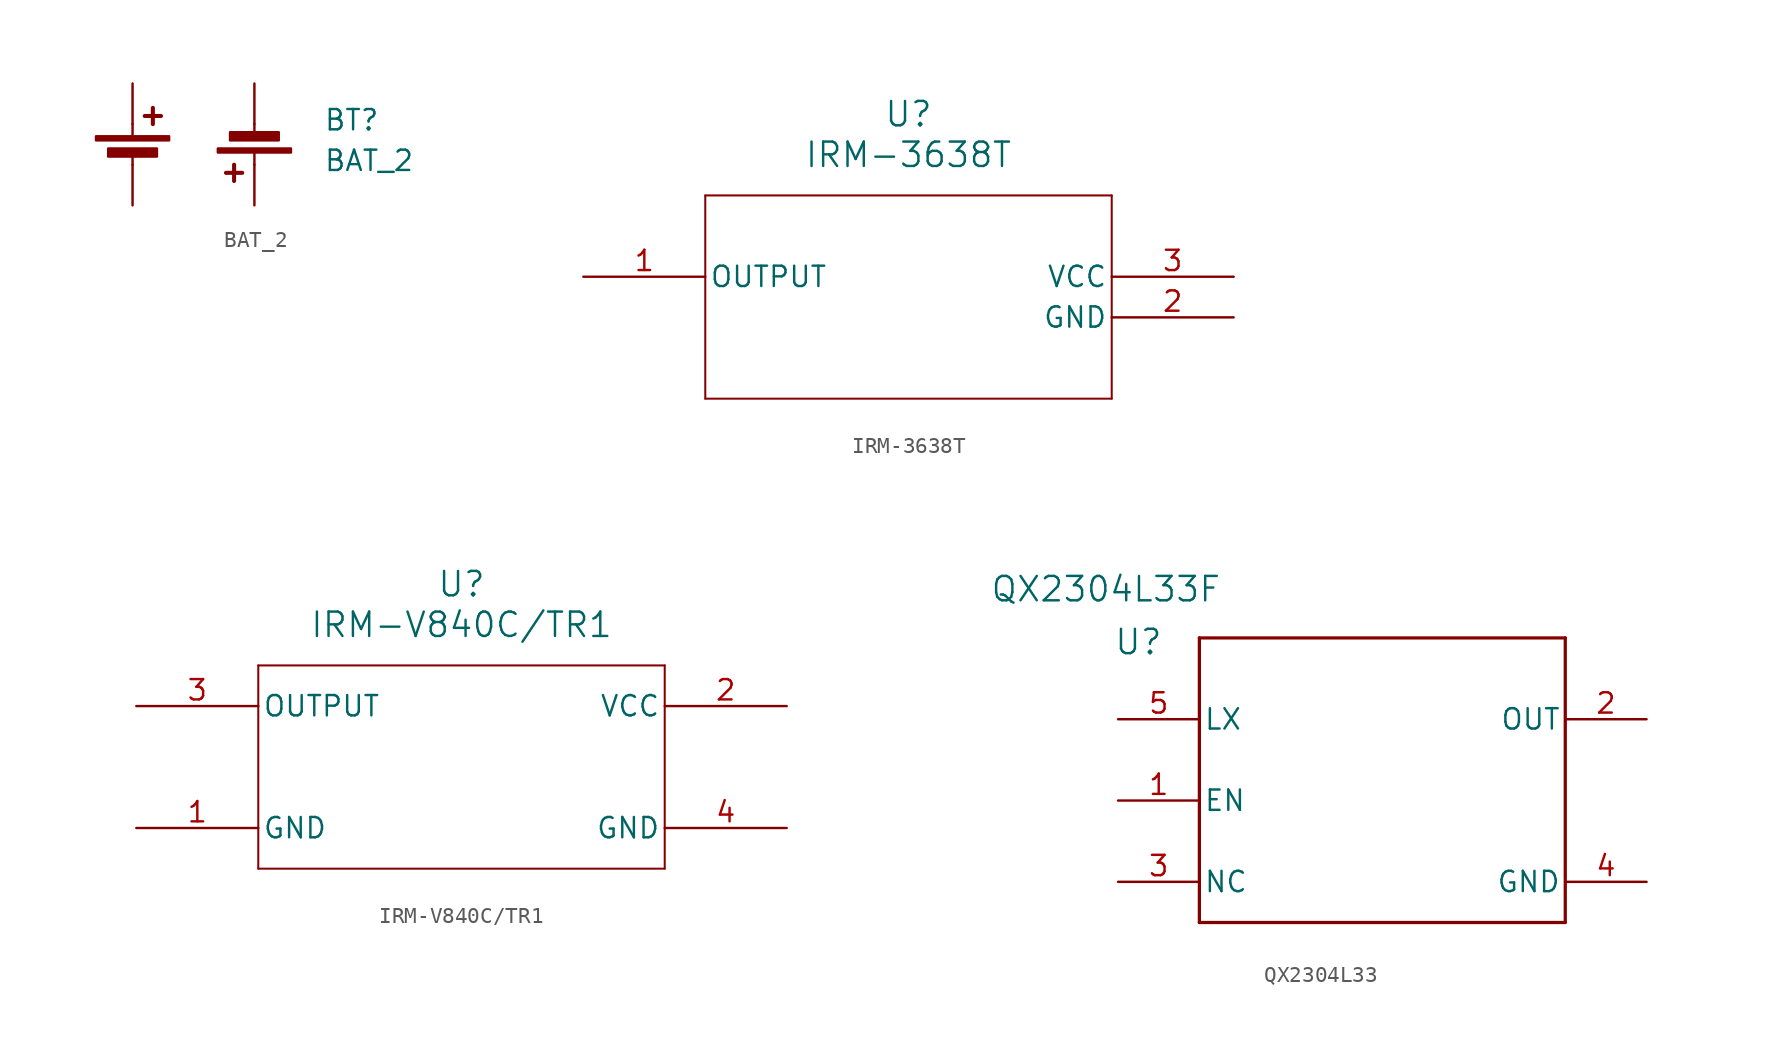
<source format=kicad_sym>
(kicad_symbol_lib
  (version 20231120)
  (generator "kicad_symbol_editor")
  (generator_version "8.0")
  (symbol "BAT_2"
    (pin_numbers hide)
    (pin_names
      (offset 0) hide)
    (property "Reference" "BT"
      (at 11.938 2.794 0)
      (effects (font (size 1.27 1.27)) (justify left)))
    (property "Value" "BAT_2"
      (at 11.938 0.254 0)
      (effects (font (size 1.27 1.27)) (justify left)))
    (symbol "BAT_2_0_1"
      (rectangle (start -2.286 1.778) (end 2.286 1.524) (stroke (width 0) (type default)) (fill (type outline)))
      (rectangle (start -1.524 1.016) (end 1.524 0.508) (stroke (width 0) (type default)) (fill (type outline)))
      (polyline (pts (xy 0 0.762) (xy 0 0)) (stroke (width 0) (type default)) (fill (type none)))
      (polyline (pts (xy 0 1.778) (xy 0 2.54)) (stroke (width 0) (type default)) (fill (type none)))
      (polyline (pts (xy 0.762 3.048) (xy 1.778 3.048)) (stroke (width 0.254) (type default)) (fill (type none)))
      (polyline (pts (xy 1.27 3.556) (xy 1.27 2.54)) (stroke (width 0.254) (type default)) (fill (type none)))
      (polyline (pts (xy 6.35 -1.016) (xy 6.35 0)) (stroke (width 0.254) (type default)) (fill (type none)))
      (polyline (pts (xy 6.858 -0.508) (xy 5.842 -0.508)) (stroke (width 0.254) (type default)) (fill (type none)))
      (polyline (pts (xy 7.62 0.762) (xy 7.62 0)) (stroke (width 0) (type default)) (fill (type none)))
      (polyline (pts (xy 7.62 1.778) (xy 7.62 2.54)) (stroke (width 0) (type default)) (fill (type none)))
      (rectangle (start 9.144 1.524) (end 6.096 2.032) (stroke (width 0) (type default)) (fill (type outline)))
      (rectangle (start 9.906 0.762) (end 5.334 1.016) (stroke (width 0) (type default)) (fill (type outline))))
    (symbol "BAT_2_1_1"
      (pin passive line (at 0 5.08 270) (length 2.54) (name "+" (effects (font (size 1.27 1.27)))) (number "1" (effects (font (size 1.27 1.27)))))
      (pin passive line (at 0 -2.54 90) (length 2.54) (name "-" (effects (font (size 1.27 1.27)))) (number "2" (effects (font (size 1.27 1.27)))))
      (pin passive line (at 7.62 -2.54 90) (length 2.54) (name "+" (effects (font (size 1.27 1.27)))) (number "3" (effects (font (size 1.27 1.27)))))
      (pin passive line (at 7.62 5.08 270) (length 2.54) (name "-" (effects (font (size 1.27 1.27)))) (number "4" (effects (font (size 1.27 1.27)))))))
  (symbol "IRM-3638T"
    (pin_names
      (offset 0.254))
    (property "Reference" "U"
      (at 20.32 10.16 0)
      (effects (font (size 1.524 1.524))))
    (property "Value" "IRM-3638T"
      (at 20.32 7.62 0)
      (effects (font (size 1.524 1.524))))
    (property "ki_locked" ""
      (at 0 0 0)
      (effects (font (size 1.27 1.27))))
    (symbol "IRM-3638T_0_1"
      (polyline (pts (xy 7.62 -7.62) (xy 33.02 -7.62)) (stroke (width 0.127) (type default)) (fill (type none)))
      (polyline (pts (xy 7.62 5.08) (xy 7.62 -7.62)) (stroke (width 0.127) (type default)) (fill (type none)))
      (polyline (pts (xy 33.02 -7.62) (xy 33.02 5.08)) (stroke (width 0.127) (type default)) (fill (type none)))
      (polyline (pts (xy 33.02 5.08) (xy 7.62 5.08)) (stroke (width 0.127) (type default)) (fill (type none)))
      (pin output line (at 0 0 0) (length 7.62) (name "OUTPUT" (effects (font (size 1.27 1.27)))) (number "1" (effects (font (size 1.27 1.27)))))
      (pin power_out line (at 40.64 -2.54 180) (length 7.62) (name "GND" (effects (font (size 1.27 1.27)))) (number "2" (effects (font (size 1.27 1.27)))))
      (pin power_in line (at 40.64 0 180) (length 7.62) (name "VCC" (effects (font (size 1.27 1.27)))) (number "3" (effects (font (size 1.27 1.27)))))))
  (symbol "IRM-V840C/TR1"
    (pin_names
      (offset 0.254))
    (property "Reference" "U"
      (at 20.32 10.16 0)
      (effects (font (size 1.524 1.524))))
    (property "Value" "IRM-V840C/TR1"
      (at 20.32 7.62 0)
      (effects (font (size 1.524 1.524))))
    (symbol "IRM-V840C/TR1_0_1"
      (polyline (pts (xy 7.62 -7.62) (xy 33.02 -7.62)) (stroke (width 0.127) (type default)) (fill (type none)))
      (polyline (pts (xy 7.62 5.08) (xy 7.62 -7.62)) (stroke (width 0.127) (type default)) (fill (type none)))
      (polyline (pts (xy 33.02 -7.62) (xy 33.02 5.08)) (stroke (width 0.127) (type default)) (fill (type none)))
      (polyline (pts (xy 33.02 5.08) (xy 7.62 5.08)) (stroke (width 0.127) (type default)) (fill (type none)))
      (pin power_out line (at 40.64 -5.08 180) (length 7.62) (name "GND" (effects (font (size 1.27 1.27)))) (number "4" (effects (font (size 1.27 1.27))))))
    (symbol "IRM-V840C/TR1_1_1"
      (pin power_out line (at 0 -5.08 0) (length 7.62) (name "GND" (effects (font (size 1.27 1.27)))) (number "1" (effects (font (size 1.27 1.27)))))
      (pin power_in line (at 40.64 2.54 180) (length 7.62) (name "VCC" (effects (font (size 1.27 1.27)))) (number "2" (effects (font (size 1.27 1.27)))))
      (pin output line (at 0 2.54 0) (length 7.62) (name "OUTPUT" (effects (font (size 1.27 1.27)))) (number "3" (effects (font (size 1.27 1.27)))))))
  (symbol "QX2304L33"
    (pin_names
      (offset 0.254))
    (property "Reference" "U"
      (at 1.27 4.826 0)
      (effects (font (size 1.524 1.524))))
    (property "Value" "QX2304L33F"
      (at -0.762 8.128 0)
      (effects (font (size 1.524 1.524))))
    (symbol "QX2304L33_0_1"
      (polyline (pts (xy 5.08 -12.7) (xy 27.94 -12.7)) (stroke (width 0.203) (type default)) (fill (type none)))
      (polyline (pts (xy 5.08 5.08) (xy 5.08 -12.7)) (stroke (width 0.203) (type default)) (fill (type none)))
      (polyline (pts (xy 27.94 -12.7) (xy 27.94 5.08)) (stroke (width 0.203) (type default)) (fill (type none)))
      (polyline (pts (xy 27.94 5.08) (xy 5.08 5.08)) (stroke (width 0.203) (type default)) (fill (type none)))
      (pin input line (at 0 -5.08 0) (length 5.08) (name "EN" (effects (font (size 1.27 1.27)))) (number "1" (effects (font (size 1.27 1.27)))))
      (pin unspecified line (at 33.02 0 180) (length 5.08) (name "OUT" (effects (font (size 1.27 1.27)))) (number "2" (effects (font (size 1.27 1.27)))))
      (pin unspecified line (at 0 -10.16 0) (length 5.08) (name "NC" (effects (font (size 1.27 1.27)))) (number "3" (effects (font (size 1.27 1.27)))))
      (pin power_in line (at 33.02 -10.16 180) (length 5.08) (name "GND" (effects (font (size 1.27 1.27)))) (number "4" (effects (font (size 1.27 1.27)))))
      (pin power_in line (at 0 0 0) (length 5.08) (name "LX" (effects (font (size 1.27 1.27)))) (number "5" (effects (font (size 1.27 1.27))))))))
</source>
